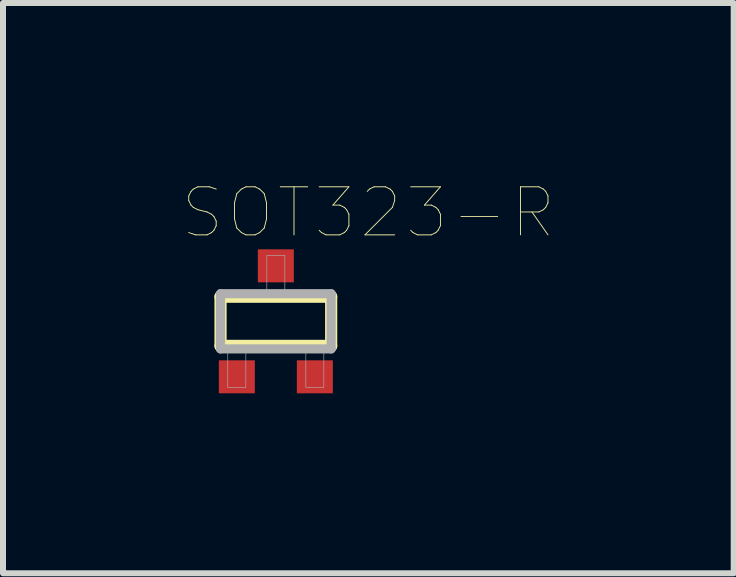
<source format=kicad_pcb>
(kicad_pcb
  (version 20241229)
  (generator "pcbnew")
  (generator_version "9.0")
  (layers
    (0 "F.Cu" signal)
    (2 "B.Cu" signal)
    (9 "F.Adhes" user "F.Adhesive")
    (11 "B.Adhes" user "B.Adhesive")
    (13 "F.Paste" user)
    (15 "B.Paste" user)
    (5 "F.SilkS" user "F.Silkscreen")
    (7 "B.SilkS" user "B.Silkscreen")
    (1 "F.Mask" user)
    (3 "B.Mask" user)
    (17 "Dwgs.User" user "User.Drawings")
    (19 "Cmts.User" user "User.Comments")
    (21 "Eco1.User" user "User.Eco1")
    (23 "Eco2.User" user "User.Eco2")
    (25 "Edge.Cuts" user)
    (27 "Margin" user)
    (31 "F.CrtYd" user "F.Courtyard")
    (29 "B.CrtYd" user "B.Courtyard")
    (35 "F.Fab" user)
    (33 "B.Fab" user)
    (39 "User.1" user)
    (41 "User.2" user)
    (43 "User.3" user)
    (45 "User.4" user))
  (footprint "SOT323-R"
    (layer "F.Cu")
    (at 1.548 2.306)
    (property "Reference" "SOT323-R" (at 1.542 -1.811 0) (layer "F.SilkS") (effects (font (size 0.801 0.801) (thickness 0.015))))
    (attr through_hole)
    (fp_line (start -0.922 -0.41) (end 0.922 -0.41) (stroke (width 0.203) (type solid)) (layer "F.SilkS"))
    (fp_line (start -0.922 0.41) (end -0.922 -0.41) (stroke (width 0.203) (type solid)) (layer "F.SilkS"))
    (fp_line (start 0.922 -0.41) (end 0.922 0.41) (stroke (width 0.203) (type solid)) (layer "F.SilkS"))
    (fp_line (start 0.922 0.41) (end -0.922 0.41) (stroke (width 0.203) (type solid)) (layer "F.SilkS"))
    (fp_line (start -0.922 -0.46) (end 0.922 -0.46) (stroke (width 0.152) (type solid)) (layer "F.Fab"))
    (fp_line (start -0.922 0.46) (end -0.922 -0.46) (stroke (width 0.152) (type solid)) (layer "F.Fab"))
    (fp_line (start 0.922 -0.46) (end 0.922 0.46) (stroke (width 0.152) (type solid)) (layer "F.Fab"))
    (fp_line (start 0.922 0.46) (end -0.922 0.46) (stroke (width 0.152) (type solid)) (layer "F.Fab"))
    (fp_poly (pts (xy -0.801 0.5) (xy -0.5 0.5) (xy -0.5 1.102) (xy -0.801 1.102)) (stroke (width 0.01) (type solid)) (fill no) (layer "F.Fab"))
    (fp_poly (pts (xy -0.15 -1.1) (xy 0.15 -1.1) (xy 0.15 -0.5) (xy -0.15 -0.5)) (stroke (width 0.01) (type solid)) (fill no) (layer "F.Fab"))
    (fp_poly (pts (xy 0.5 0.5) (xy 0.8 0.5) (xy 0.8 1.1) (xy 0.5 1.1)) (stroke (width 0.01) (type solid)) (fill no) (layer "F.Fab"))
    (pad "1" smd rect (at -0.65 0.925) (size 0.6 0.55) (layers "F.Cu" "F.Mask" "F.Paste"))
    (pad "2" smd rect (at 0.65 0.925) (size 0.6 0.55) (layers "F.Cu" "F.Mask" "F.Paste"))
    (pad "3" smd rect (at 0 -0.925) (size 0.6 0.55) (layers "F.Cu" "F.Mask" "F.Paste")))
  (gr_rect
    (start -3 -3)
    (end 9.18 6.506)
    (stroke (width 0.1) (type default))
    (fill no)
    (layer "Edge.Cuts")))
</source>
